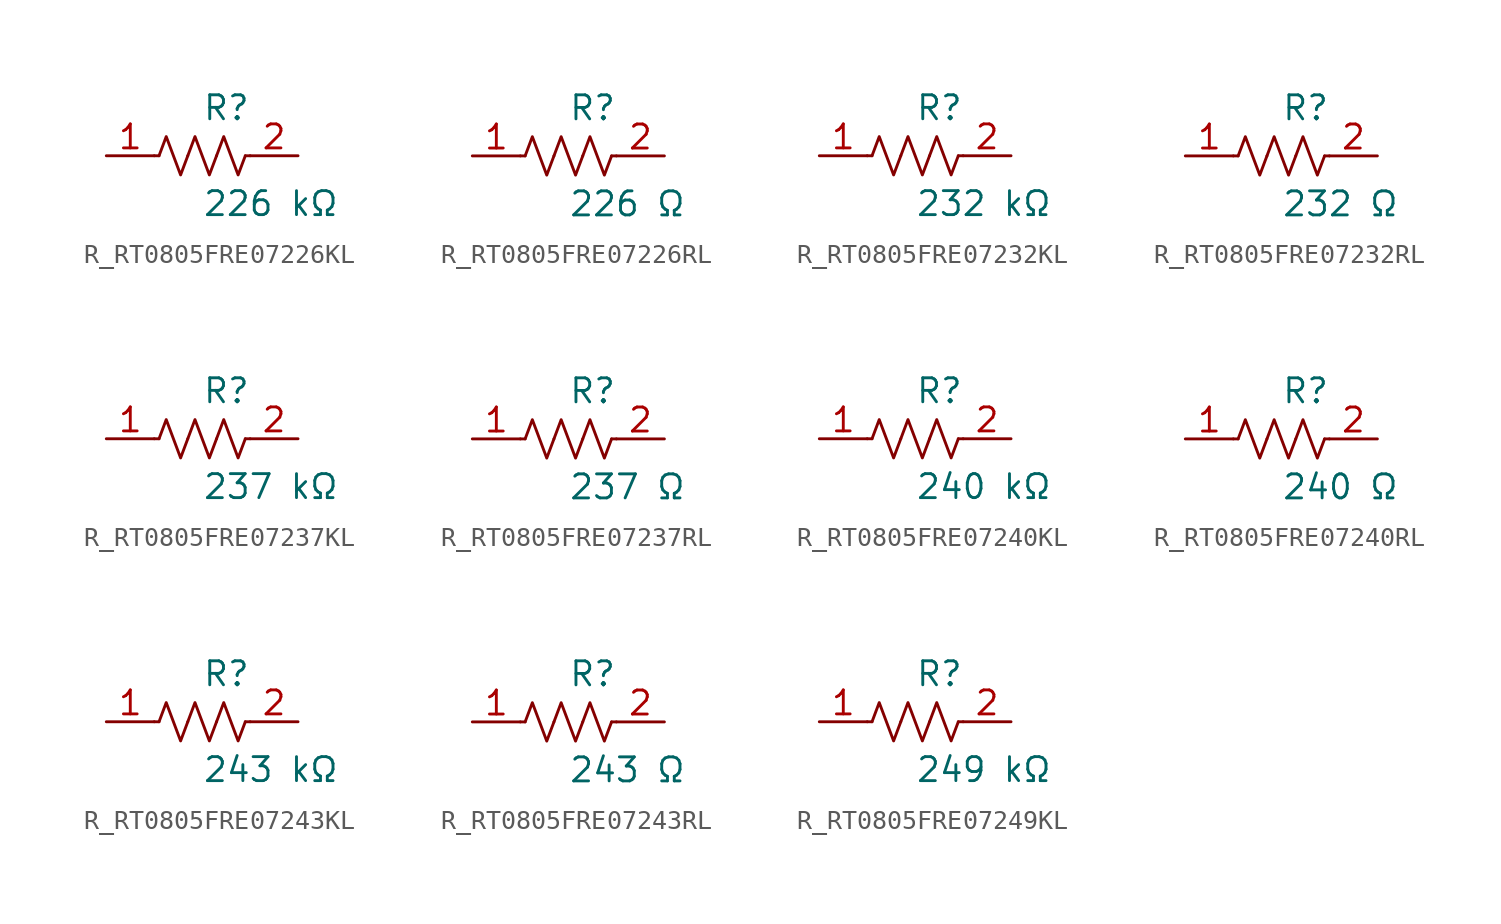
<source format=kicad_sym>
(kicad_symbol_lib
  (version 20231120)
  (generator kicad_symbol_editor)
  (generator_version 8.0)
  (symbol "R_RT0805FRE07226KL"
    (pin_names
      (offset 0.254))
    (property "Reference" "R"
      (at 0 2.54 0)
      (effects (font (size 1.27 1.27)) (justify left)))
    (property "Value" "226 kΩ"
      (at 0 -2.54 0)
      (effects (font (size 1.27 1.27)) (justify left)))
    (symbol "R_RT0805FRE07226KL_0_1"
      (polyline (pts (xy 2.286 0) (xy 2.54 0)) (stroke (width 0) (type default)) (fill (type none)))
      (polyline (pts (xy -2.286 0) (xy -2.54 0)) (stroke (width 0) (type default)) (fill (type none)))
      (polyline (pts (xy 0.762 0) (xy 1.143 1.016) (xy 1.524 0) (xy 1.905 -1.016) (xy 2.286 0)) (stroke (width 0) (type default)) (fill (type none)))
      (polyline (pts (xy -0.762 0) (xy -0.381 1.016) (xy 0 0) (xy 0.381 -1.016) (xy 0.762 0)) (stroke (width 0) (type default)) (fill (type none)))
      (polyline (pts (xy -2.286 0) (xy -1.905 1.016) (xy -1.524 0) (xy -1.143 -1.016) (xy -0.762 0)) (stroke (width 0) (type default)) (fill (type none))))
    (pin passive line
      (at -5.08 0 0)
      (length 2.54)
      (name "" (effects (font (size 1.27 1.27))))
      (number "1" (effects (font (size 1.27 1.27)))))
    (pin passive line
      (at 5.08 0 180)
      (length 2.54)
      (name "" (effects (font (size 1.27 1.27))))
      (number "2" (effects (font (size 1.27 1.27))))))
  (symbol "R_RT0805FRE07226RL"
    (pin_names
      (offset 0.254))
    (property "Reference" "R"
      (at 0 2.54 0)
      (effects (font (size 1.27 1.27)) (justify left)))
    (property "Value" "226 Ω"
      (at 0 -2.54 0)
      (effects (font (size 1.27 1.27)) (justify left)))
    (symbol "R_RT0805FRE07226RL_0_1"
      (polyline (pts (xy 2.286 0) (xy 2.54 0)) (stroke (width 0) (type default)) (fill (type none)))
      (polyline (pts (xy -2.286 0) (xy -2.54 0)) (stroke (width 0) (type default)) (fill (type none)))
      (polyline (pts (xy 0.762 0) (xy 1.143 1.016) (xy 1.524 0) (xy 1.905 -1.016) (xy 2.286 0)) (stroke (width 0) (type default)) (fill (type none)))
      (polyline (pts (xy -0.762 0) (xy -0.381 1.016) (xy 0 0) (xy 0.381 -1.016) (xy 0.762 0)) (stroke (width 0) (type default)) (fill (type none)))
      (polyline (pts (xy -2.286 0) (xy -1.905 1.016) (xy -1.524 0) (xy -1.143 -1.016) (xy -0.762 0)) (stroke (width 0) (type default)) (fill (type none))))
    (pin passive line
      (at -5.08 0 0)
      (length 2.54)
      (name "" (effects (font (size 1.27 1.27))))
      (number "1" (effects (font (size 1.27 1.27)))))
    (pin passive line
      (at 5.08 0 180)
      (length 2.54)
      (name "" (effects (font (size 1.27 1.27))))
      (number "2" (effects (font (size 1.27 1.27))))))
  (symbol "R_RT0805FRE07232KL"
    (pin_names
      (offset 0.254))
    (property "Reference" "R"
      (at 0 2.54 0)
      (effects (font (size 1.27 1.27)) (justify left)))
    (property "Value" "232 kΩ"
      (at 0 -2.54 0)
      (effects (font (size 1.27 1.27)) (justify left)))
    (symbol "R_RT0805FRE07232KL_0_1"
      (polyline (pts (xy 2.286 0) (xy 2.54 0)) (stroke (width 0) (type default)) (fill (type none)))
      (polyline (pts (xy -2.286 0) (xy -2.54 0)) (stroke (width 0) (type default)) (fill (type none)))
      (polyline (pts (xy 0.762 0) (xy 1.143 1.016) (xy 1.524 0) (xy 1.905 -1.016) (xy 2.286 0)) (stroke (width 0) (type default)) (fill (type none)))
      (polyline (pts (xy -0.762 0) (xy -0.381 1.016) (xy 0 0) (xy 0.381 -1.016) (xy 0.762 0)) (stroke (width 0) (type default)) (fill (type none)))
      (polyline (pts (xy -2.286 0) (xy -1.905 1.016) (xy -1.524 0) (xy -1.143 -1.016) (xy -0.762 0)) (stroke (width 0) (type default)) (fill (type none))))
    (pin passive line
      (at -5.08 0 0)
      (length 2.54)
      (name "" (effects (font (size 1.27 1.27))))
      (number "1" (effects (font (size 1.27 1.27)))))
    (pin passive line
      (at 5.08 0 180)
      (length 2.54)
      (name "" (effects (font (size 1.27 1.27))))
      (number "2" (effects (font (size 1.27 1.27))))))
  (symbol "R_RT0805FRE07232RL"
    (pin_names
      (offset 0.254))
    (property "Reference" "R"
      (at 0 2.54 0)
      (effects (font (size 1.27 1.27)) (justify left)))
    (property "Value" "232 Ω"
      (at 0 -2.54 0)
      (effects (font (size 1.27 1.27)) (justify left)))
    (symbol "R_RT0805FRE07232RL_0_1"
      (polyline (pts (xy 2.286 0) (xy 2.54 0)) (stroke (width 0) (type default)) (fill (type none)))
      (polyline (pts (xy -2.286 0) (xy -2.54 0)) (stroke (width 0) (type default)) (fill (type none)))
      (polyline (pts (xy 0.762 0) (xy 1.143 1.016) (xy 1.524 0) (xy 1.905 -1.016) (xy 2.286 0)) (stroke (width 0) (type default)) (fill (type none)))
      (polyline (pts (xy -0.762 0) (xy -0.381 1.016) (xy 0 0) (xy 0.381 -1.016) (xy 0.762 0)) (stroke (width 0) (type default)) (fill (type none)))
      (polyline (pts (xy -2.286 0) (xy -1.905 1.016) (xy -1.524 0) (xy -1.143 -1.016) (xy -0.762 0)) (stroke (width 0) (type default)) (fill (type none))))
    (pin passive line
      (at -5.08 0 0)
      (length 2.54)
      (name "" (effects (font (size 1.27 1.27))))
      (number "1" (effects (font (size 1.27 1.27)))))
    (pin passive line
      (at 5.08 0 180)
      (length 2.54)
      (name "" (effects (font (size 1.27 1.27))))
      (number "2" (effects (font (size 1.27 1.27))))))
  (symbol "R_RT0805FRE07237KL"
    (pin_names
      (offset 0.254))
    (property "Reference" "R"
      (at 0 2.54 0)
      (effects (font (size 1.27 1.27)) (justify left)))
    (property "Value" "237 kΩ"
      (at 0 -2.54 0)
      (effects (font (size 1.27 1.27)) (justify left)))
    (symbol "R_RT0805FRE07237KL_0_1"
      (polyline (pts (xy 2.286 0) (xy 2.54 0)) (stroke (width 0) (type default)) (fill (type none)))
      (polyline (pts (xy -2.286 0) (xy -2.54 0)) (stroke (width 0) (type default)) (fill (type none)))
      (polyline (pts (xy 0.762 0) (xy 1.143 1.016) (xy 1.524 0) (xy 1.905 -1.016) (xy 2.286 0)) (stroke (width 0) (type default)) (fill (type none)))
      (polyline (pts (xy -0.762 0) (xy -0.381 1.016) (xy 0 0) (xy 0.381 -1.016) (xy 0.762 0)) (stroke (width 0) (type default)) (fill (type none)))
      (polyline (pts (xy -2.286 0) (xy -1.905 1.016) (xy -1.524 0) (xy -1.143 -1.016) (xy -0.762 0)) (stroke (width 0) (type default)) (fill (type none))))
    (pin passive line
      (at -5.08 0 0)
      (length 2.54)
      (name "" (effects (font (size 1.27 1.27))))
      (number "1" (effects (font (size 1.27 1.27)))))
    (pin passive line
      (at 5.08 0 180)
      (length 2.54)
      (name "" (effects (font (size 1.27 1.27))))
      (number "2" (effects (font (size 1.27 1.27))))))
  (symbol "R_RT0805FRE07237RL"
    (pin_names
      (offset 0.254))
    (property "Reference" "R"
      (at 0 2.54 0)
      (effects (font (size 1.27 1.27)) (justify left)))
    (property "Value" "237 Ω"
      (at 0 -2.54 0)
      (effects (font (size 1.27 1.27)) (justify left)))
    (symbol "R_RT0805FRE07237RL_0_1"
      (polyline (pts (xy 2.286 0) (xy 2.54 0)) (stroke (width 0) (type default)) (fill (type none)))
      (polyline (pts (xy -2.286 0) (xy -2.54 0)) (stroke (width 0) (type default)) (fill (type none)))
      (polyline (pts (xy 0.762 0) (xy 1.143 1.016) (xy 1.524 0) (xy 1.905 -1.016) (xy 2.286 0)) (stroke (width 0) (type default)) (fill (type none)))
      (polyline (pts (xy -0.762 0) (xy -0.381 1.016) (xy 0 0) (xy 0.381 -1.016) (xy 0.762 0)) (stroke (width 0) (type default)) (fill (type none)))
      (polyline (pts (xy -2.286 0) (xy -1.905 1.016) (xy -1.524 0) (xy -1.143 -1.016) (xy -0.762 0)) (stroke (width 0) (type default)) (fill (type none))))
    (pin passive line
      (at -5.08 0 0)
      (length 2.54)
      (name "" (effects (font (size 1.27 1.27))))
      (number "1" (effects (font (size 1.27 1.27)))))
    (pin passive line
      (at 5.08 0 180)
      (length 2.54)
      (name "" (effects (font (size 1.27 1.27))))
      (number "2" (effects (font (size 1.27 1.27))))))
  (symbol "R_RT0805FRE07240KL"
    (pin_names
      (offset 0.254))
    (property "Reference" "R"
      (at 0 2.54 0)
      (effects (font (size 1.27 1.27)) (justify left)))
    (property "Value" "240 kΩ"
      (at 0 -2.54 0)
      (effects (font (size 1.27 1.27)) (justify left)))
    (symbol "R_RT0805FRE07240KL_0_1"
      (polyline (pts (xy 2.286 0) (xy 2.54 0)) (stroke (width 0) (type default)) (fill (type none)))
      (polyline (pts (xy -2.286 0) (xy -2.54 0)) (stroke (width 0) (type default)) (fill (type none)))
      (polyline (pts (xy 0.762 0) (xy 1.143 1.016) (xy 1.524 0) (xy 1.905 -1.016) (xy 2.286 0)) (stroke (width 0) (type default)) (fill (type none)))
      (polyline (pts (xy -0.762 0) (xy -0.381 1.016) (xy 0 0) (xy 0.381 -1.016) (xy 0.762 0)) (stroke (width 0) (type default)) (fill (type none)))
      (polyline (pts (xy -2.286 0) (xy -1.905 1.016) (xy -1.524 0) (xy -1.143 -1.016) (xy -0.762 0)) (stroke (width 0) (type default)) (fill (type none))))
    (pin passive line
      (at -5.08 0 0)
      (length 2.54)
      (name "" (effects (font (size 1.27 1.27))))
      (number "1" (effects (font (size 1.27 1.27)))))
    (pin passive line
      (at 5.08 0 180)
      (length 2.54)
      (name "" (effects (font (size 1.27 1.27))))
      (number "2" (effects (font (size 1.27 1.27))))))
  (symbol "R_RT0805FRE07240RL"
    (pin_names
      (offset 0.254))
    (property "Reference" "R"
      (at 0 2.54 0)
      (effects (font (size 1.27 1.27)) (justify left)))
    (property "Value" "240 Ω"
      (at 0 -2.54 0)
      (effects (font (size 1.27 1.27)) (justify left)))
    (symbol "R_RT0805FRE07240RL_0_1"
      (polyline (pts (xy 2.286 0) (xy 2.54 0)) (stroke (width 0) (type default)) (fill (type none)))
      (polyline (pts (xy -2.286 0) (xy -2.54 0)) (stroke (width 0) (type default)) (fill (type none)))
      (polyline (pts (xy 0.762 0) (xy 1.143 1.016) (xy 1.524 0) (xy 1.905 -1.016) (xy 2.286 0)) (stroke (width 0) (type default)) (fill (type none)))
      (polyline (pts (xy -0.762 0) (xy -0.381 1.016) (xy 0 0) (xy 0.381 -1.016) (xy 0.762 0)) (stroke (width 0) (type default)) (fill (type none)))
      (polyline (pts (xy -2.286 0) (xy -1.905 1.016) (xy -1.524 0) (xy -1.143 -1.016) (xy -0.762 0)) (stroke (width 0) (type default)) (fill (type none))))
    (pin passive line
      (at -5.08 0 0)
      (length 2.54)
      (name "" (effects (font (size 1.27 1.27))))
      (number "1" (effects (font (size 1.27 1.27)))))
    (pin passive line
      (at 5.08 0 180)
      (length 2.54)
      (name "" (effects (font (size 1.27 1.27))))
      (number "2" (effects (font (size 1.27 1.27))))))
  (symbol "R_RT0805FRE07243KL"
    (pin_names
      (offset 0.254))
    (property "Reference" "R"
      (at 0 2.54 0)
      (effects (font (size 1.27 1.27)) (justify left)))
    (property "Value" "243 kΩ"
      (at 0 -2.54 0)
      (effects (font (size 1.27 1.27)) (justify left)))
    (symbol "R_RT0805FRE07243KL_0_1"
      (polyline (pts (xy 2.286 0) (xy 2.54 0)) (stroke (width 0) (type default)) (fill (type none)))
      (polyline (pts (xy -2.286 0) (xy -2.54 0)) (stroke (width 0) (type default)) (fill (type none)))
      (polyline (pts (xy 0.762 0) (xy 1.143 1.016) (xy 1.524 0) (xy 1.905 -1.016) (xy 2.286 0)) (stroke (width 0) (type default)) (fill (type none)))
      (polyline (pts (xy -0.762 0) (xy -0.381 1.016) (xy 0 0) (xy 0.381 -1.016) (xy 0.762 0)) (stroke (width 0) (type default)) (fill (type none)))
      (polyline (pts (xy -2.286 0) (xy -1.905 1.016) (xy -1.524 0) (xy -1.143 -1.016) (xy -0.762 0)) (stroke (width 0) (type default)) (fill (type none))))
    (pin passive line
      (at -5.08 0 0)
      (length 2.54)
      (name "" (effects (font (size 1.27 1.27))))
      (number "1" (effects (font (size 1.27 1.27)))))
    (pin passive line
      (at 5.08 0 180)
      (length 2.54)
      (name "" (effects (font (size 1.27 1.27))))
      (number "2" (effects (font (size 1.27 1.27))))))
  (symbol "R_RT0805FRE07243RL"
    (pin_names
      (offset 0.254))
    (property "Reference" "R"
      (at 0 2.54 0)
      (effects (font (size 1.27 1.27)) (justify left)))
    (property "Value" "243 Ω"
      (at 0 -2.54 0)
      (effects (font (size 1.27 1.27)) (justify left)))
    (symbol "R_RT0805FRE07243RL_0_1"
      (polyline (pts (xy 2.286 0) (xy 2.54 0)) (stroke (width 0) (type default)) (fill (type none)))
      (polyline (pts (xy -2.286 0) (xy -2.54 0)) (stroke (width 0) (type default)) (fill (type none)))
      (polyline (pts (xy 0.762 0) (xy 1.143 1.016) (xy 1.524 0) (xy 1.905 -1.016) (xy 2.286 0)) (stroke (width 0) (type default)) (fill (type none)))
      (polyline (pts (xy -0.762 0) (xy -0.381 1.016) (xy 0 0) (xy 0.381 -1.016) (xy 0.762 0)) (stroke (width 0) (type default)) (fill (type none)))
      (polyline (pts (xy -2.286 0) (xy -1.905 1.016) (xy -1.524 0) (xy -1.143 -1.016) (xy -0.762 0)) (stroke (width 0) (type default)) (fill (type none))))
    (pin passive line
      (at -5.08 0 0)
      (length 2.54)
      (name "" (effects (font (size 1.27 1.27))))
      (number "1" (effects (font (size 1.27 1.27)))))
    (pin passive line
      (at 5.08 0 180)
      (length 2.54)
      (name "" (effects (font (size 1.27 1.27))))
      (number "2" (effects (font (size 1.27 1.27))))))
  (symbol "R_RT0805FRE07249KL"
    (pin_names
      (offset 0.254))
    (property "Reference" "R"
      (at 0 2.54 0)
      (effects (font (size 1.27 1.27)) (justify left)))
    (property "Value" "249 kΩ"
      (at 0 -2.54 0)
      (effects (font (size 1.27 1.27)) (justify left)))
    (symbol "R_RT0805FRE07249KL_0_1"
      (polyline (pts (xy 2.286 0) (xy 2.54 0)) (stroke (width 0) (type default)) (fill (type none)))
      (polyline (pts (xy -2.286 0) (xy -2.54 0)) (stroke (width 0) (type default)) (fill (type none)))
      (polyline (pts (xy 0.762 0) (xy 1.143 1.016) (xy 1.524 0) (xy 1.905 -1.016) (xy 2.286 0)) (stroke (width 0) (type default)) (fill (type none)))
      (polyline (pts (xy -0.762 0) (xy -0.381 1.016) (xy 0 0) (xy 0.381 -1.016) (xy 0.762 0)) (stroke (width 0) (type default)) (fill (type none)))
      (polyline (pts (xy -2.286 0) (xy -1.905 1.016) (xy -1.524 0) (xy -1.143 -1.016) (xy -0.762 0)) (stroke (width 0) (type default)) (fill (type none))))
    (pin passive line
      (at -5.08 0 0)
      (length 2.54)
      (name "" (effects (font (size 1.27 1.27))))
      (number "1" (effects (font (size 1.27 1.27)))))
    (pin passive line
      (at 5.08 0 180)
      (length 2.54)
      (name "" (effects (font (size 1.27 1.27))))
      (number "2" (effects (font (size 1.27 1.27)))))))
</source>
